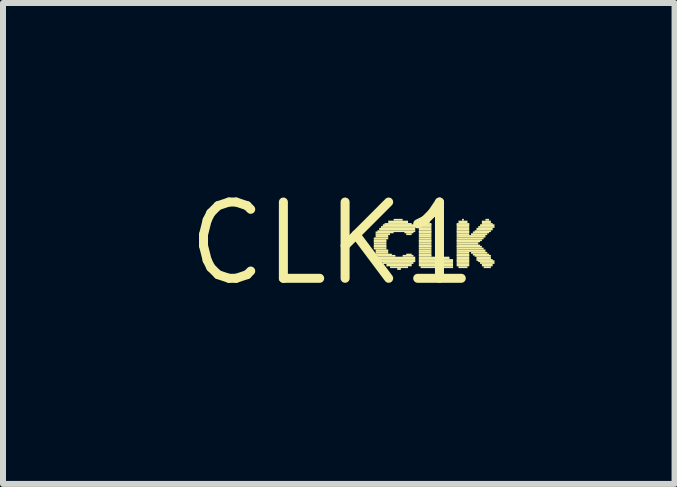
<source format=kicad_pcb>
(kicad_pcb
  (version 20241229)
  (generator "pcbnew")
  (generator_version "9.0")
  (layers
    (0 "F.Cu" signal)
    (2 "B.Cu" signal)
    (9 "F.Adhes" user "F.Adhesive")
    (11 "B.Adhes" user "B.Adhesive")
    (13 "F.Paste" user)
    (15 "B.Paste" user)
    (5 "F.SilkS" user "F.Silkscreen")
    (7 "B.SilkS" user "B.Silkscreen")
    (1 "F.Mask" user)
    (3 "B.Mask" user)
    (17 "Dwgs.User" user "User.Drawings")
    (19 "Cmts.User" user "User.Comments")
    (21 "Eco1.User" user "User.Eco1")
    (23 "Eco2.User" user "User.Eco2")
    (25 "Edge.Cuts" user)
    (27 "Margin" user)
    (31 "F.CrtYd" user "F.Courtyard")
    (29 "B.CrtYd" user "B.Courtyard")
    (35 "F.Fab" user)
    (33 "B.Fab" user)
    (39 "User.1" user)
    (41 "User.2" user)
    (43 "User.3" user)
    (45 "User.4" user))
  (footprint "CLK1"
    (layer "F.Cu")
    (at 2.487 1.006)
    (property "Reference" "CLK1" (at 0 0 0) (layer "F.SilkS") (effects (font (size 1.27 1.27) (thickness 0.15))))
    (fp_poly (pts (xy 0.69 -0.07) (xy 0.93 -0.07) (xy 0.93 -0.1) (xy 0.69 -0.1)) (stroke (width 0) (type solid)) (fill yes) (layer "F.SilkS"))
    (fp_poly (pts (xy 0.69 -0.04) (xy 0.9 -0.04) (xy 0.9 -0.07) (xy 0.69 -0.07)) (stroke (width 0) (type solid)) (fill yes) (layer "F.SilkS"))
    (fp_poly (pts (xy 0.69 -0.02) (xy 0.9 -0.02) (xy 0.9 -0.05) (xy 0.69 -0.05)) (stroke (width 0) (type solid)) (fill yes) (layer "F.SilkS"))
    (fp_poly (pts (xy 0.69 0.02) (xy 0.9 0.02) (xy 0.9 -0.02) (xy 0.69 -0.02)) (stroke (width 0) (type solid)) (fill yes) (layer "F.SilkS"))
    (fp_poly (pts (xy 0.69 0.05) (xy 0.9 0.05) (xy 0.9 0.02) (xy 0.69 0.02)) (stroke (width 0) (type solid)) (fill yes) (layer "F.SilkS"))
    (fp_poly (pts (xy 0.69 0.07) (xy 0.9 0.07) (xy 0.9 0.04) (xy 0.69 0.04)) (stroke (width 0) (type solid)) (fill yes) (layer "F.SilkS"))
    (fp_poly (pts (xy 0.69 0.1) (xy 0.9 0.1) (xy 0.9 0.07) (xy 0.69 0.07)) (stroke (width 0) (type solid)) (fill yes) (layer "F.SilkS"))
    (fp_poly (pts (xy 0.72 -0.17) (xy 1.02 -0.17) (xy 1.02 -0.2) (xy 0.72 -0.2)) (stroke (width 0) (type solid)) (fill yes) (layer "F.SilkS"))
    (fp_poly (pts (xy 0.72 -0.14) (xy 0.96 -0.14) (xy 0.96 -0.17) (xy 0.72 -0.17)) (stroke (width 0) (type solid)) (fill yes) (layer "F.SilkS"))
    (fp_poly (pts (xy 0.72 -0.1) (xy 0.93 -0.1) (xy 0.93 -0.14) (xy 0.72 -0.14)) (stroke (width 0) (type solid)) (fill yes) (layer "F.SilkS"))
    (fp_poly (pts (xy 0.72 0.14) (xy 0.93 0.14) (xy 0.93 0.1) (xy 0.72 0.1)) (stroke (width 0) (type solid)) (fill yes) (layer "F.SilkS"))
    (fp_poly (pts (xy 0.72 0.17) (xy 0.93 0.17) (xy 0.93 0.14) (xy 0.72 0.14)) (stroke (width 0) (type solid)) (fill yes) (layer "F.SilkS"))
    (fp_poly (pts (xy 0.72 0.2) (xy 0.99 0.2) (xy 0.99 0.17) (xy 0.72 0.17)) (stroke (width 0) (type solid)) (fill yes) (layer "F.SilkS"))
    (fp_poly (pts (xy 0.75 -0.19) (xy 1.38 -0.19) (xy 1.38 -0.22) (xy 0.75 -0.22)) (stroke (width 0) (type solid)) (fill yes) (layer "F.SilkS"))
    (fp_poly (pts (xy 0.75 0.22) (xy 1.05 0.22) (xy 1.05 0.19) (xy 0.75 0.19)) (stroke (width 0) (type solid)) (fill yes) (layer "F.SilkS"))
    (fp_poly (pts (xy 0.75 0.26) (xy 1.38 0.26) (xy 1.38 0.22) (xy 0.75 0.22)) (stroke (width 0) (type solid)) (fill yes) (layer "F.SilkS"))
    (fp_poly (pts (xy 0.78 -0.22) (xy 1.38 -0.22) (xy 1.38 -0.26) (xy 0.78 -0.26)) (stroke (width 0) (type solid)) (fill yes) (layer "F.SilkS"))
    (fp_poly (pts (xy 0.78 0.29) (xy 1.38 0.29) (xy 1.38 0.26) (xy 0.78 0.26)) (stroke (width 0) (type solid)) (fill yes) (layer "F.SilkS"))
    (fp_poly (pts (xy 0.81 -0.26) (xy 1.38 -0.26) (xy 1.38 -0.29) (xy 0.81 -0.29)) (stroke (width 0) (type solid)) (fill yes) (layer "F.SilkS"))
    (fp_poly (pts (xy 0.81 0.31) (xy 1.38 0.31) (xy 1.38 0.28) (xy 0.81 0.28)) (stroke (width 0) (type solid)) (fill yes) (layer "F.SilkS"))
    (fp_poly (pts (xy 0.84 -0.29) (xy 1.38 -0.29) (xy 1.38 -0.32) (xy 0.84 -0.32)) (stroke (width 0) (type solid)) (fill yes) (layer "F.SilkS"))
    (fp_poly (pts (xy 0.84 0.34) (xy 1.35 0.34) (xy 1.35 0.31) (xy 0.84 0.31)) (stroke (width 0) (type solid)) (fill yes) (layer "F.SilkS"))
    (fp_poly (pts (xy 0.87 -0.31) (xy 1.32 -0.31) (xy 1.32 -0.34) (xy 0.87 -0.34)) (stroke (width 0) (type solid)) (fill yes) (layer "F.SilkS"))
    (fp_poly (pts (xy 0.9 0.38) (xy 1.32 0.38) (xy 1.32 0.34) (xy 0.9 0.34)) (stroke (width 0) (type solid)) (fill yes) (layer "F.SilkS"))
    (fp_poly (pts (xy 0.93 -0.34) (xy 1.26 -0.34) (xy 1.26 -0.38) (xy 0.93 -0.38)) (stroke (width 0) (type solid)) (fill yes) (layer "F.SilkS"))
    (fp_poly (pts (xy 0.96 0.41) (xy 1.26 0.41) (xy 1.26 0.38) (xy 0.96 0.38)) (stroke (width 0) (type solid)) (fill yes) (layer "F.SilkS"))
    (fp_poly (pts (xy 1.02 -0.38) (xy 1.17 -0.38) (xy 1.17 -0.41) (xy 1.02 -0.41)) (stroke (width 0) (type solid)) (fill yes) (layer "F.SilkS"))
    (fp_poly (pts (xy 1.08 0.44) (xy 1.14 0.44) (xy 1.14 0.41) (xy 1.08 0.41)) (stroke (width 0) (type solid)) (fill yes) (layer "F.SilkS"))
    (fp_poly (pts (xy 1.17 0.22) (xy 1.35 0.22) (xy 1.35 0.19) (xy 1.17 0.19)) (stroke (width 0) (type solid)) (fill yes) (layer "F.SilkS"))
    (fp_poly (pts (xy 1.2 -0.17) (xy 1.35 -0.17) (xy 1.35 -0.2) (xy 1.2 -0.2)) (stroke (width 0) (type solid)) (fill yes) (layer "F.SilkS"))
    (fp_poly (pts (xy 1.23 -0.14) (xy 1.32 -0.14) (xy 1.32 -0.17) (xy 1.23 -0.17)) (stroke (width 0) (type solid)) (fill yes) (layer "F.SilkS"))
    (fp_poly (pts (xy 1.23 0.2) (xy 1.32 0.2) (xy 1.32 0.17) (xy 1.23 0.17)) (stroke (width 0) (type solid)) (fill yes) (layer "F.SilkS"))
    (fp_poly (pts (xy 1.44 -0.31) (xy 1.65 -0.31) (xy 1.65 -0.34) (xy 1.44 -0.34)) (stroke (width 0) (type solid)) (fill yes) (layer "F.SilkS"))
    (fp_poly (pts (xy 1.44 -0.29) (xy 1.65 -0.29) (xy 1.65 -0.32) (xy 1.44 -0.32)) (stroke (width 0) (type solid)) (fill yes) (layer "F.SilkS"))
    (fp_poly (pts (xy 1.44 -0.26) (xy 1.65 -0.26) (xy 1.65 -0.29) (xy 1.44 -0.29)) (stroke (width 0) (type solid)) (fill yes) (layer "F.SilkS"))
    (fp_poly (pts (xy 1.44 -0.22) (xy 1.65 -0.22) (xy 1.65 -0.26) (xy 1.44 -0.26)) (stroke (width 0) (type solid)) (fill yes) (layer "F.SilkS"))
    (fp_poly (pts (xy 1.44 -0.19) (xy 1.65 -0.19) (xy 1.65 -0.22) (xy 1.44 -0.22)) (stroke (width 0) (type solid)) (fill yes) (layer "F.SilkS"))
    (fp_poly (pts (xy 1.44 -0.17) (xy 1.65 -0.17) (xy 1.65 -0.2) (xy 1.44 -0.2)) (stroke (width 0) (type solid)) (fill yes) (layer "F.SilkS"))
    (fp_poly (pts (xy 1.44 -0.14) (xy 1.65 -0.14) (xy 1.65 -0.17) (xy 1.44 -0.17)) (stroke (width 0) (type solid)) (fill yes) (layer "F.SilkS"))
    (fp_poly (pts (xy 1.44 -0.1) (xy 1.65 -0.1) (xy 1.65 -0.14) (xy 1.44 -0.14)) (stroke (width 0) (type solid)) (fill yes) (layer "F.SilkS"))
    (fp_poly (pts (xy 1.44 -0.07) (xy 1.65 -0.07) (xy 1.65 -0.1) (xy 1.44 -0.1)) (stroke (width 0) (type solid)) (fill yes) (layer "F.SilkS"))
    (fp_poly (pts (xy 1.44 -0.04) (xy 1.65 -0.04) (xy 1.65 -0.07) (xy 1.44 -0.07)) (stroke (width 0) (type solid)) (fill yes) (layer "F.SilkS"))
    (fp_poly (pts (xy 1.44 -0.02) (xy 1.65 -0.02) (xy 1.65 -0.05) (xy 1.44 -0.05)) (stroke (width 0) (type solid)) (fill yes) (layer "F.SilkS"))
    (fp_poly (pts (xy 1.44 0.02) (xy 1.65 0.02) (xy 1.65 -0.02) (xy 1.44 -0.02)) (stroke (width 0) (type solid)) (fill yes) (layer "F.SilkS"))
    (fp_poly (pts (xy 1.44 0.05) (xy 1.65 0.05) (xy 1.65 0.02) (xy 1.44 0.02)) (stroke (width 0) (type solid)) (fill yes) (layer "F.SilkS"))
    (fp_poly (pts (xy 1.44 0.07) (xy 1.65 0.07) (xy 1.65 0.04) (xy 1.44 0.04)) (stroke (width 0) (type solid)) (fill yes) (layer "F.SilkS"))
    (fp_poly (pts (xy 1.44 0.1) (xy 1.65 0.1) (xy 1.65 0.07) (xy 1.44 0.07)) (stroke (width 0) (type solid)) (fill yes) (layer "F.SilkS"))
    (fp_poly (pts (xy 1.44 0.14) (xy 1.65 0.14) (xy 1.65 0.1) (xy 1.44 0.1)) (stroke (width 0) (type solid)) (fill yes) (layer "F.SilkS"))
    (fp_poly (pts (xy 1.44 0.17) (xy 1.65 0.17) (xy 1.65 0.14) (xy 1.44 0.14)) (stroke (width 0) (type solid)) (fill yes) (layer "F.SilkS"))
    (fp_poly (pts (xy 1.44 0.2) (xy 1.65 0.2) (xy 1.65 0.17) (xy 1.44 0.17)) (stroke (width 0) (type solid)) (fill yes) (layer "F.SilkS"))
    (fp_poly (pts (xy 1.44 0.22) (xy 1.65 0.22) (xy 1.65 0.19) (xy 1.44 0.19)) (stroke (width 0) (type solid)) (fill yes) (layer "F.SilkS"))
    (fp_poly (pts (xy 1.44 0.26) (xy 1.95 0.26) (xy 1.95 0.22) (xy 1.44 0.22)) (stroke (width 0) (type solid)) (fill yes) (layer "F.SilkS"))
    (fp_poly (pts (xy 1.44 0.29) (xy 2.01 0.29) (xy 2.01 0.26) (xy 1.44 0.26)) (stroke (width 0) (type solid)) (fill yes) (layer "F.SilkS"))
    (fp_poly (pts (xy 1.44 0.31) (xy 2.01 0.31) (xy 2.01 0.28) (xy 1.44 0.28)) (stroke (width 0) (type solid)) (fill yes) (layer "F.SilkS"))
    (fp_poly (pts (xy 1.44 0.34) (xy 2.01 0.34) (xy 2.01 0.31) (xy 1.44 0.31)) (stroke (width 0) (type solid)) (fill yes) (layer "F.SilkS"))
    (fp_poly (pts (xy 1.44 0.38) (xy 2.01 0.38) (xy 2.01 0.34) (xy 1.44 0.34)) (stroke (width 0) (type solid)) (fill yes) (layer "F.SilkS"))
    (fp_poly (pts (xy 1.47 -0.34) (xy 1.62 -0.34) (xy 1.62 -0.38) (xy 1.47 -0.38)) (stroke (width 0) (type solid)) (fill yes) (layer "F.SilkS"))
    (fp_poly (pts (xy 1.47 0.41) (xy 2.01 0.41) (xy 2.01 0.38) (xy 1.47 0.38)) (stroke (width 0) (type solid)) (fill yes) (layer "F.SilkS"))
    (fp_poly (pts (xy 1.53 -0.38) (xy 1.56 -0.38) (xy 1.56 -0.41) (xy 1.53 -0.41)) (stroke (width 0) (type solid)) (fill yes) (layer "F.SilkS"))
    (fp_poly (pts (xy 2.07 -0.31) (xy 2.28 -0.31) (xy 2.28 -0.34) (xy 2.07 -0.34)) (stroke (width 0) (type solid)) (fill yes) (layer "F.SilkS"))
    (fp_poly (pts (xy 2.07 -0.29) (xy 2.28 -0.29) (xy 2.28 -0.32) (xy 2.07 -0.32)) (stroke (width 0) (type solid)) (fill yes) (layer "F.SilkS"))
    (fp_poly (pts (xy 2.07 -0.26) (xy 2.28 -0.26) (xy 2.28 -0.29) (xy 2.07 -0.29)) (stroke (width 0) (type solid)) (fill yes) (layer "F.SilkS"))
    (fp_poly (pts (xy 2.07 -0.22) (xy 2.28 -0.22) (xy 2.28 -0.26) (xy 2.07 -0.26)) (stroke (width 0) (type solid)) (fill yes) (layer "F.SilkS"))
    (fp_poly (pts (xy 2.07 -0.19) (xy 2.28 -0.19) (xy 2.28 -0.22) (xy 2.07 -0.22)) (stroke (width 0) (type solid)) (fill yes) (layer "F.SilkS"))
    (fp_poly (pts (xy 2.07 -0.17) (xy 2.28 -0.17) (xy 2.28 -0.2) (xy 2.07 -0.2)) (stroke (width 0) (type solid)) (fill yes) (layer "F.SilkS"))
    (fp_poly (pts (xy 2.07 -0.14) (xy 2.28 -0.14) (xy 2.28 -0.17) (xy 2.07 -0.17)) (stroke (width 0) (type solid)) (fill yes) (layer "F.SilkS"))
    (fp_poly (pts (xy 2.07 -0.1) (xy 2.55 -0.1) (xy 2.55 -0.14) (xy 2.07 -0.14)) (stroke (width 0) (type solid)) (fill yes) (layer "F.SilkS"))
    (fp_poly (pts (xy 2.07 -0.07) (xy 2.52 -0.07) (xy 2.52 -0.1) (xy 2.07 -0.1)) (stroke (width 0) (type solid)) (fill yes) (layer "F.SilkS"))
    (fp_poly (pts (xy 2.07 -0.04) (xy 2.49 -0.04) (xy 2.49 -0.07) (xy 2.07 -0.07)) (stroke (width 0) (type solid)) (fill yes) (layer "F.SilkS"))
    (fp_poly (pts (xy 2.07 -0.02) (xy 2.46 -0.02) (xy 2.46 -0.05) (xy 2.07 -0.05)) (stroke (width 0) (type solid)) (fill yes) (layer "F.SilkS"))
    (fp_poly (pts (xy 2.07 0.02) (xy 2.43 0.02) (xy 2.43 -0.02) (xy 2.07 -0.02)) (stroke (width 0) (type solid)) (fill yes) (layer "F.SilkS"))
    (fp_poly (pts (xy 2.07 0.05) (xy 2.46 0.05) (xy 2.46 0.02) (xy 2.07 0.02)) (stroke (width 0) (type solid)) (fill yes) (layer "F.SilkS"))
    (fp_poly (pts (xy 2.07 0.07) (xy 2.49 0.07) (xy 2.49 0.04) (xy 2.07 0.04)) (stroke (width 0) (type solid)) (fill yes) (layer "F.SilkS"))
    (fp_poly (pts (xy 2.07 0.1) (xy 2.52 0.1) (xy 2.52 0.07) (xy 2.07 0.07)) (stroke (width 0) (type solid)) (fill yes) (layer "F.SilkS"))
    (fp_poly (pts (xy 2.07 0.14) (xy 2.55 0.14) (xy 2.55 0.1) (xy 2.07 0.1)) (stroke (width 0) (type solid)) (fill yes) (layer "F.SilkS"))
    (fp_poly (pts (xy 2.07 0.17) (xy 2.28 0.17) (xy 2.28 0.14) (xy 2.07 0.14)) (stroke (width 0) (type solid)) (fill yes) (layer "F.SilkS"))
    (fp_poly (pts (xy 2.07 0.2) (xy 2.28 0.2) (xy 2.28 0.17) (xy 2.07 0.17)) (stroke (width 0) (type solid)) (fill yes) (layer "F.SilkS"))
    (fp_poly (pts (xy 2.07 0.22) (xy 2.28 0.22) (xy 2.28 0.19) (xy 2.07 0.19)) (stroke (width 0) (type solid)) (fill yes) (layer "F.SilkS"))
    (fp_poly (pts (xy 2.07 0.26) (xy 2.28 0.26) (xy 2.28 0.22) (xy 2.07 0.22)) (stroke (width 0) (type solid)) (fill yes) (layer "F.SilkS"))
    (fp_poly (pts (xy 2.07 0.29) (xy 2.28 0.29) (xy 2.28 0.26) (xy 2.07 0.26)) (stroke (width 0) (type solid)) (fill yes) (layer "F.SilkS"))
    (fp_poly (pts (xy 2.07 0.31) (xy 2.28 0.31) (xy 2.28 0.28) (xy 2.07 0.28)) (stroke (width 0) (type solid)) (fill yes) (layer "F.SilkS"))
    (fp_poly (pts (xy 2.07 0.34) (xy 2.28 0.34) (xy 2.28 0.31) (xy 2.07 0.31)) (stroke (width 0) (type solid)) (fill yes) (layer "F.SilkS"))
    (fp_poly (pts (xy 2.07 0.38) (xy 2.28 0.38) (xy 2.28 0.34) (xy 2.07 0.34)) (stroke (width 0) (type solid)) (fill yes) (layer "F.SilkS"))
    (fp_poly (pts (xy 2.1 -0.34) (xy 2.25 -0.34) (xy 2.25 -0.38) (xy 2.1 -0.38)) (stroke (width 0) (type solid)) (fill yes) (layer "F.SilkS"))
    (fp_poly (pts (xy 2.1 0.41) (xy 2.25 0.41) (xy 2.25 0.38) (xy 2.1 0.38)) (stroke (width 0) (type solid)) (fill yes) (layer "F.SilkS"))
    (fp_poly (pts (xy 2.16 -0.38) (xy 2.19 -0.38) (xy 2.19 -0.41) (xy 2.16 -0.41)) (stroke (width 0) (type solid)) (fill yes) (layer "F.SilkS"))
    (fp_poly (pts (xy 2.31 -0.14) (xy 2.58 -0.14) (xy 2.58 -0.17) (xy 2.31 -0.17)) (stroke (width 0) (type solid)) (fill yes) (layer "F.SilkS"))
    (fp_poly (pts (xy 2.31 0.17) (xy 2.58 0.17) (xy 2.58 0.14) (xy 2.31 0.14)) (stroke (width 0) (type solid)) (fill yes) (layer "F.SilkS"))
    (fp_poly (pts (xy 2.34 -0.17) (xy 2.61 -0.17) (xy 2.61 -0.2) (xy 2.34 -0.2)) (stroke (width 0) (type solid)) (fill yes) (layer "F.SilkS"))
    (fp_poly (pts (xy 2.34 0.2) (xy 2.61 0.2) (xy 2.61 0.17) (xy 2.34 0.17)) (stroke (width 0) (type solid)) (fill yes) (layer "F.SilkS"))
    (fp_poly (pts (xy 2.37 -0.19) (xy 2.64 -0.19) (xy 2.64 -0.22) (xy 2.37 -0.22)) (stroke (width 0) (type solid)) (fill yes) (layer "F.SilkS"))
    (fp_poly (pts (xy 2.37 0.22) (xy 2.64 0.22) (xy 2.64 0.19) (xy 2.37 0.19)) (stroke (width 0) (type solid)) (fill yes) (layer "F.SilkS"))
    (fp_poly (pts (xy 2.4 -0.22) (xy 2.67 -0.22) (xy 2.67 -0.26) (xy 2.4 -0.26)) (stroke (width 0) (type solid)) (fill yes) (layer "F.SilkS"))
    (fp_poly (pts (xy 2.4 0.26) (xy 2.64 0.26) (xy 2.64 0.22) (xy 2.4 0.22)) (stroke (width 0) (type solid)) (fill yes) (layer "F.SilkS"))
    (fp_poly (pts (xy 2.4 0.29) (xy 2.67 0.29) (xy 2.67 0.26) (xy 2.4 0.26)) (stroke (width 0) (type solid)) (fill yes) (layer "F.SilkS"))
    (fp_poly (pts (xy 2.43 -0.26) (xy 2.7 -0.26) (xy 2.7 -0.29) (xy 2.43 -0.29)) (stroke (width 0) (type solid)) (fill yes) (layer "F.SilkS"))
    (fp_poly (pts (xy 2.43 0.31) (xy 2.7 0.31) (xy 2.7 0.28) (xy 2.43 0.28)) (stroke (width 0) (type solid)) (fill yes) (layer "F.SilkS"))
    (fp_poly (pts (xy 2.46 -0.29) (xy 2.7 -0.29) (xy 2.7 -0.32) (xy 2.46 -0.32)) (stroke (width 0) (type solid)) (fill yes) (layer "F.SilkS"))
    (fp_poly (pts (xy 2.46 0.34) (xy 2.7 0.34) (xy 2.7 0.31) (xy 2.46 0.31)) (stroke (width 0) (type solid)) (fill yes) (layer "F.SilkS"))
    (fp_poly (pts (xy 2.49 -0.34) (xy 2.64 -0.34) (xy 2.64 -0.38) (xy 2.49 -0.38)) (stroke (width 0) (type solid)) (fill yes) (layer "F.SilkS"))
    (fp_poly (pts (xy 2.49 -0.31) (xy 2.67 -0.31) (xy 2.67 -0.34) (xy 2.49 -0.34)) (stroke (width 0) (type solid)) (fill yes) (layer "F.SilkS"))
    (fp_poly (pts (xy 2.49 0.38) (xy 2.67 0.38) (xy 2.67 0.34) (xy 2.49 0.34)) (stroke (width 0) (type solid)) (fill yes) (layer "F.SilkS"))
    (fp_poly (pts (xy 2.52 0.41) (xy 2.64 0.41) (xy 2.64 0.38) (xy 2.52 0.38)) (stroke (width 0) (type solid)) (fill yes) (layer "F.SilkS"))
    (fp_poly (pts (xy 2.55 -0.38) (xy 2.61 -0.38) (xy 2.61 -0.41) (xy 2.55 -0.41)) (stroke (width 0) (type solid)) (fill yes) (layer "F.SilkS")))
  (gr_rect
    (start -3 -3)
    (end 8.187 5.012)
    (stroke (width 0.1) (type default))
    (fill no)
    (layer "Edge.Cuts")))
</source>
